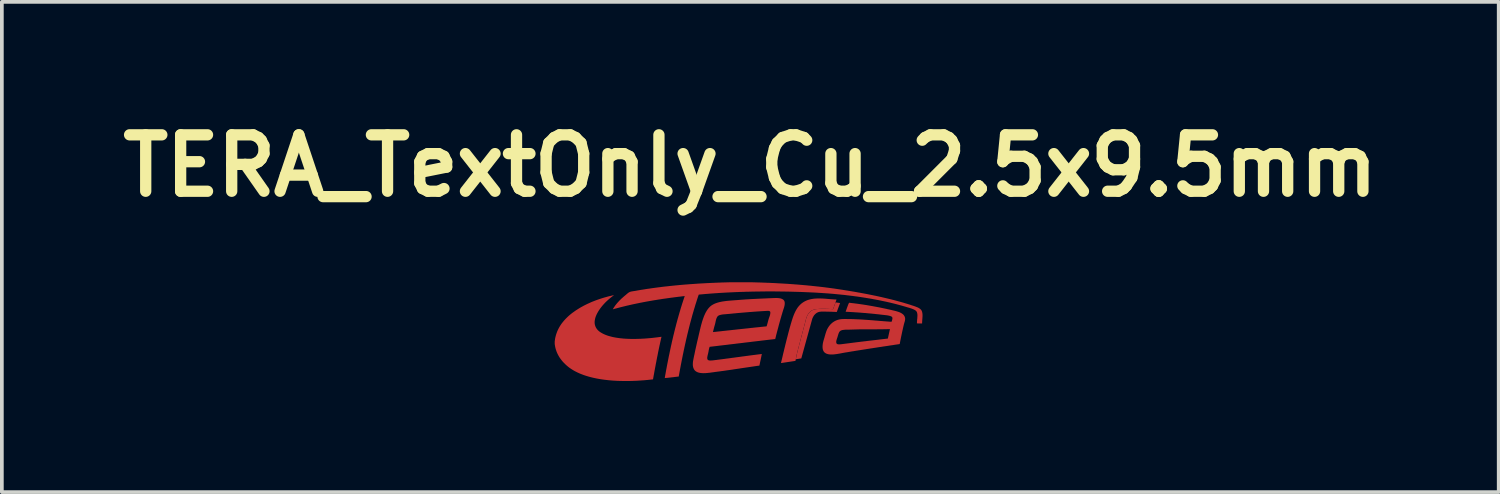
<source format=kicad_pcb>
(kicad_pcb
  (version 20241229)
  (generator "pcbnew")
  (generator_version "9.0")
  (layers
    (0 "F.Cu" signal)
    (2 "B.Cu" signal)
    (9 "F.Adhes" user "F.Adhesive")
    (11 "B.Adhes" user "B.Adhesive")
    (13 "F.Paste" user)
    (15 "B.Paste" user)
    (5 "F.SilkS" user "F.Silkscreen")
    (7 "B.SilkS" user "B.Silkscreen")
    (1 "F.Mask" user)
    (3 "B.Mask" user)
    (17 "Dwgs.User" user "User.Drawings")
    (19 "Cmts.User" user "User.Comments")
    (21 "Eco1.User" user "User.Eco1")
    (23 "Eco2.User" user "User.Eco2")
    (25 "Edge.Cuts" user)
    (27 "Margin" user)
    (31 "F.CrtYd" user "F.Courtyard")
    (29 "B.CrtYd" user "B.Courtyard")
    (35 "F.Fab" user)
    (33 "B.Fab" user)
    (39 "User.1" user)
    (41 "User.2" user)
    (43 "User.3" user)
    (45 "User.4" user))
  (footprint "TERA_TextOnly_Cu_2.5x9.5mm"
    (layer "F.Cu")
    (at 17.214 5.886)
    (property "Reference" "TERA_TextOnly_Cu_2.5x9.5mm" (at 0 -4.46 0) (layer "F.SilkS") (effects (font (size 1.524 1.524) (thickness 0.305))))
    (attr smd)
    (fp_poly (pts (xy 1.253 0.648) (xy 1.278 0.544) (xy 1.49 -0.259) (xy 1.493 -0.27) (xy 1.5 -0.299) (xy 1.511 -0.338) (xy 1.515 -0.35) (xy 1.52 -0.366) (xy 1.528 -0.386) (xy 1.538 -0.408) (xy 1.55 -0.432) (xy 1.566 -0.457) (xy 1.584 -0.482) (xy 1.606 -0.506) (xy 1.631 -0.529) (xy 1.66 -0.549) (xy 1.694 -0.566) (xy 1.732 -0.579) (xy 1.774 -0.586) (xy 1.817 -0.59) (xy 1.861 -0.593) (xy 1.906 -0.595) (xy 1.951 -0.596) (xy 1.995 -0.596) (xy 2.038 -0.595) (xy 2.078 -0.594) (xy 2.116 -0.593) (xy 2.15 -0.591) (xy 2.179 -0.59) (xy 2.203 -0.588) (xy 2.221 -0.587) (xy 2.232 -0.586) (xy 2.236 -0.586) (xy 2.303 -0.769) (xy 2.426 -0.752) (xy 2.336 -0.51) (xy 2.331 -0.51) (xy 2.318 -0.511) (xy 2.296 -0.512) (xy 2.269 -0.513) (xy 2.235 -0.514) (xy 2.196 -0.516) (xy 2.154 -0.517) (xy 2.108 -0.518) (xy 2.061 -0.519) (xy 2.012 -0.52) (xy 1.964 -0.52) (xy 1.916 -0.52) (xy 1.872 -0.515) (xy 1.833 -0.504) (xy 1.799 -0.488) (xy 1.77 -0.467) (xy 1.745 -0.444) (xy 1.724 -0.42) (xy 1.708 -0.395) (xy 1.695 -0.372) (xy 1.685 -0.352) (xy 1.678 -0.336) (xy 1.675 -0.325) (xy 1.673 -0.322) (xy 1.378 0.744) (xy 1.23 0.767) (xy 1.253 0.648) (xy 1.253 0.648)) (stroke (width 0) (type solid)) (fill yes) (layer "F.Cu"))
    (fp_poly (pts (xy 1.22 0.811) (xy 0.829 0.87) (xy 0.829 0.868) (xy 0.831 0.862) (xy 0.833 0.852) (xy 0.836 0.839) (xy 0.84 0.822) (xy 0.845 0.802) (xy 0.851 0.778) (xy 0.857 0.752) (xy 0.864 0.724) (xy 0.871 0.693) (xy 0.879 0.659) (xy 0.887 0.624) (xy 0.896 0.587) (xy 0.906 0.548) (xy 0.915 0.508) (xy 0.925 0.467) (xy 0.936 0.424) (xy 0.946 0.381) (xy 0.957 0.337) (xy 0.968 0.293) (xy 0.979 0.249) (xy 0.99 0.205) (xy 1.002 0.161) (xy 1.013 0.117) (xy 1.024 0.074) (xy 1.035 0.032) (xy 1.046 -0.009) (xy 1.057 -0.049) (xy 1.067 -0.088) (xy 1.078 -0.125) (xy 1.088 -0.16) (xy 1.097 -0.193) (xy 1.108 -0.228) (xy 1.118 -0.263) (xy 1.129 -0.297) (xy 1.14 -0.331) (xy 1.151 -0.365) (xy 1.163 -0.397) (xy 1.175 -0.429) (xy 1.188 -0.46) (xy 1.202 -0.491) (xy 1.216 -0.521) (xy 1.231 -0.55) (xy 1.247 -0.577) (xy 1.264 -0.605) (xy 1.282 -0.631) (xy 1.301 -0.656) (xy 1.321 -0.679) (xy 1.342 -0.701) (xy 1.364 -0.722) (xy 1.387 -0.742) (xy 1.412 -0.76) (xy 1.437 -0.777) (xy 1.464 -0.793) (xy 1.492 -0.807) (xy 1.521 -0.82) (xy 1.551 -0.832) (xy 1.583 -0.842) (xy 1.615 -0.851) (xy 1.65 -0.858) (xy 1.685 -0.864) (xy 1.722 -0.869) (xy 1.76 -0.872) (xy 1.795 -0.874) (xy 1.83 -0.875) (xy 1.864 -0.875) (xy 1.898 -0.875) (xy 1.932 -0.873) (xy 1.966 -0.872) (xy 1.999 -0.87) (xy 2.032 -0.868) (xy 2.065 -0.865) (xy 2.098 -0.862) (xy 2.131 -0.859) (xy 2.164 -0.857) (xy 2.197 -0.854) (xy 2.23 -0.852) (xy 2.263 -0.849) (xy 2.296 -0.848) (xy 2.329 -0.846) (xy 2.321 -0.82) (xy 2.311 -0.795) (xy 2.303 -0.769) (xy 2.236 -0.586) (xy 2.232 -0.586) (xy 2.221 -0.587) (xy 2.203 -0.588) (xy 2.179 -0.59) (xy 2.15 -0.591) (xy 2.116 -0.593) (xy 2.078 -0.594) (xy 2.038 -0.595) (xy 1.995 -0.596) (xy 1.951 -0.596) (xy 1.906 -0.595) (xy 1.861 -0.593) (xy 1.817 -0.59) (xy 1.774 -0.586) (xy 1.732 -0.579) (xy 1.694 -0.566) (xy 1.66 -0.549) (xy 1.631 -0.529) (xy 1.606 -0.506) (xy 1.584 -0.482) (xy 1.566 -0.457) (xy 1.55 -0.432) (xy 1.538 -0.408) (xy 1.528 -0.386) (xy 1.52 -0.366) (xy 1.515 -0.35) (xy 1.511 -0.338) (xy 1.5 -0.299) (xy 1.493 -0.27) (xy 1.49 -0.259) (xy 1.278 0.544) (xy 1.253 0.648) (xy 1.23 0.767) (xy 1.223 0.795) (xy 1.22 0.811)) (stroke (width 0) (type solid)) (fill yes) (layer "F.Cu"))
    (fp_poly (pts (xy -2.398 0.159) (xy -2.405 0.192) (xy -2.413 0.225) (xy -2.42 0.258) (xy -2.428 0.292) (xy -2.435 0.325) (xy -2.442 0.358) (xy -2.45 0.392) (xy -2.457 0.425) (xy -2.464 0.459) (xy -2.471 0.492) (xy -2.478 0.526) (xy -2.485 0.559) (xy -2.492 0.593) (xy -2.498 0.627) (xy -2.505 0.661) (xy -2.512 0.695) (xy -2.519 0.729) (xy -2.525 0.762) (xy -2.532 0.796) (xy -2.538 0.831) (xy -2.545 0.865) (xy -2.552 0.899) (xy -2.558 0.933) (xy -2.564 0.967) (xy -2.571 1.001) (xy -2.577 1.035) (xy -2.584 1.07) (xy -2.59 1.104) (xy -2.596 1.138) (xy -2.602 1.173) (xy -2.609 1.207) (xy -2.615 1.241) (xy -2.621 1.276) (xy -2.627 1.31) (xy -2.664 1.314) (xy -2.701 1.318) (xy -2.738 1.322) (xy -2.775 1.326) (xy -2.812 1.329) (xy -2.85 1.333) (xy -2.887 1.336) (xy -2.924 1.338) (xy -2.962 1.341) (xy -2.999 1.343) (xy -3.037 1.346) (xy -3.074 1.348) (xy -3.111 1.349) (xy -3.149 1.351) (xy -3.186 1.352) (xy -3.224 1.353) (xy -3.261 1.354) (xy -3.298 1.354) (xy -3.336 1.355) (xy -3.373 1.355) (xy -3.41 1.355) (xy -3.447 1.354) (xy -3.484 1.353) (xy -3.521 1.353) (xy -3.557 1.351) (xy -3.594 1.35) (xy -3.63 1.348) (xy -3.666 1.346) (xy -3.703 1.344) (xy -3.739 1.341) (xy -3.774 1.338) (xy -3.81 1.335) (xy -3.845 1.331) (xy -3.88 1.327) (xy -3.915 1.323) (xy -3.95 1.319) (xy -3.985 1.314) (xy -4.019 1.309) (xy -4.053 1.304) (xy -4.087 1.298) (xy -4.12 1.292) (xy -4.153 1.286) (xy -4.186 1.279) (xy -4.219 1.272) (xy -4.251 1.265) (xy -4.283 1.257) (xy -4.315 1.249) (xy -4.346 1.241) (xy -4.377 1.232) (xy -4.407 1.223) (xy -4.438 1.214) (xy -4.467 1.204) (xy -4.497 1.194) (xy -4.526 1.183) (xy -4.555 1.172) (xy -4.583 1.161) (xy -4.61 1.15) (xy -4.638 1.137) (xy -4.665 1.125) (xy -4.691 1.112) (xy -4.717 1.099) (xy -4.743 1.086) (xy -4.767 1.072) (xy -4.792 1.057) (xy -4.816 1.042) (xy -4.839 1.027) (xy -4.862 1.012) (xy -4.885 0.996) (xy -4.907 0.979) (xy -4.928 0.962) (xy -4.949 0.945) (xy -4.972 0.924) (xy -4.995 0.903) (xy -5.017 0.881) (xy -5.039 0.859) (xy -5.061 0.836) (xy -5.081 0.812) (xy -5.101 0.787) (xy -5.12 0.762) (xy -5.139 0.736) (xy -5.157 0.709) (xy -5.173 0.682) (xy -5.189 0.653) (xy -5.204 0.624) (xy -5.218 0.594) (xy -5.231 0.562) (xy -5.242 0.53) (xy -5.253 0.498) (xy -5.262 0.464) (xy -5.27 0.429) (xy -5.276 0.393) (xy -5.282 0.357) (xy -5.282 0.289) (xy -5.277 0.251) (xy -5.272 0.214) (xy -5.265 0.178) (xy -5.256 0.143) (xy -5.247 0.109) (xy -5.236 0.075) (xy -5.224 0.042) (xy -5.212 0.01) (xy -5.198 -0.021) (xy -5.183 -0.052) (xy -5.167 -0.082) (xy -5.151 -0.111) (xy -5.133 -0.14) (xy -5.115 -0.168) (xy -5.096 -0.195) (xy -5.076 -0.221) (xy -5.055 -0.247) (xy -5.034 -0.273) (xy -5.012 -0.297) (xy -4.99 -0.321) (xy -4.967 -0.344) (xy -4.944 -0.367) (xy -4.921 -0.389) (xy -4.897 -0.411) (xy -4.872 -0.432) (xy -4.848 -0.452) (xy -4.823 -0.472) (xy -4.798 -0.491) (xy -4.772 -0.509) (xy -4.747 -0.527) (xy -4.722 -0.545) (xy -4.696 -0.562) (xy -4.669 -0.579) (xy -4.641 -0.597) (xy -4.613 -0.614) (xy -4.585 -0.631) (xy -4.556 -0.647) (xy -4.527 -0.663) (xy -4.498 -0.679) (xy -4.468 -0.694) (xy -4.438 -0.709) (xy -4.408 -0.724) (xy -4.377 -0.738) (xy -4.346 -0.752) (xy -4.315 -0.766) (xy -4.284 -0.78) (xy -4.252 -0.793) (xy -4.22 -0.805) (xy -4.188 -0.818) (xy -4.155 -0.83) (xy -4.122 -0.842) (xy -4.089 -0.853) (xy -4.056 -0.864) (xy -4.023 -0.875) (xy -3.989 -0.886) (xy -3.955 -0.896) (xy -3.921 -0.906) (xy -3.887 -0.915) (xy -3.853 -0.925) (xy -3.818 -0.934) (xy -3.783 -0.942) (xy -3.748 -0.95) (xy -3.713 -0.958) (xy -3.678 -0.966) (xy -3.705 -0.946) (xy -3.731 -0.926) (xy -3.757 -0.906) (xy -3.783 -0.885) (xy -3.808 -0.864) (xy -3.834 -0.842) (xy -3.858 -0.82) (xy -3.883 -0.797) (xy -3.907 -0.774) (xy -3.93 -0.75) (xy -3.953 -0.726) (xy -3.975 -0.701) (xy -3.997 -0.676) (xy -4.018 -0.65) (xy -4.039 -0.623) (xy -4.059 -0.596) (xy -4.078 -0.568) (xy -4.097 -0.539) (xy -4.114 -0.51) (xy -4.129 -0.484) (xy -4.144 -0.455) (xy -4.158 -0.425) (xy -4.171 -0.394) (xy -4.182 -0.362) (xy -4.191 -0.329) (xy -4.198 -0.295) (xy -4.203 -0.261) (xy -4.204 -0.226) (xy -4.202 -0.192) (xy -4.195 -0.158) (xy -4.185 -0.125) (xy -4.172 -0.096) (xy -4.156 -0.068) (xy -4.137 -0.042) (xy -4.116 -0.018) (xy -4.092 0.004) (xy -4.067 0.024) (xy -4.04 0.042) (xy -4.011 0.059) (xy -3.982 0.075) (xy -3.957 0.087) (xy -3.931 0.099) (xy -3.904 0.11) (xy -3.877 0.12) (xy -3.849 0.13) (xy -3.82 0.139) (xy -3.79 0.147) (xy -3.76 0.155) (xy -3.729 0.163) (xy -3.698 0.17) (xy -3.666 0.176) (xy -3.634 0.182) (xy -3.601 0.187) (xy -3.567 0.192) (xy -3.534 0.197) (xy -3.499 0.201) (xy -3.465 0.204) (xy -3.43 0.208) (xy -3.395 0.21) (xy -3.359 0.213) (xy -3.323 0.214) (xy -3.287 0.216) (xy -3.251 0.217) (xy -3.215 0.218) (xy -3.178 0.218) (xy -3.141 0.218) (xy -3.105 0.218) (xy -3.068 0.217) (xy -3.031 0.216) (xy -2.994 0.215) (xy -2.958 0.214) (xy -2.921 0.212) (xy -2.884 0.21) (xy -2.848 0.208) (xy -2.811 0.205) (xy -2.775 0.202) (xy -2.739 0.199) (xy -2.704 0.196) (xy -2.668 0.193) (xy -2.633 0.189) (xy -2.598 0.185) (xy -2.564 0.181) (xy -2.53 0.177) (xy -2.496 0.173) (xy -2.463 0.168) (xy -2.43 0.164) (xy -2.398 0.159)) (stroke (width 0) (type solid)) (fill yes) (layer "F.Cu"))
    (fp_poly (pts (xy 4.182 -0.339) (xy 3.716 0.208) (xy 3.723 0.176) (xy 3.73 0.144) (xy 3.737 0.113) (xy 3.744 0.081) (xy 3.751 0.049) (xy 3.758 0.017) (xy 3.765 -0.015) (xy 3.771 -0.048) (xy 3.738 -0.047) (xy 3.704 -0.046) (xy 3.671 -0.045) (xy 3.637 -0.044) (xy 3.602 -0.044) (xy 3.568 -0.043) (xy 3.533 -0.043) (xy 3.498 -0.043) (xy 3.462 -0.043) (xy 3.427 -0.042) (xy 3.391 -0.042) (xy 3.356 -0.042) (xy 3.32 -0.042) (xy 3.284 -0.042) (xy 3.248 -0.042) (xy 3.212 -0.042) (xy 3.176 -0.042) (xy 3.14 -0.042) (xy 3.104 -0.042) (xy 3.068 -0.042) (xy 3.032 -0.042) (xy 2.996 -0.041) (xy 2.96 -0.041) (xy 2.925 -0.04) (xy 2.889 -0.039) (xy 2.854 -0.038) (xy 2.819 -0.037) (xy 2.784 -0.036) (xy 2.749 -0.035) (xy 2.714 -0.034) (xy 2.679 -0.033) (xy 2.644 -0.033) (xy 2.609 -0.033) (xy 2.575 -0.032) (xy 2.543 -0.029) (xy 2.512 -0.026) (xy 2.484 -0.021) (xy 2.458 -0.013) (xy 2.436 -0.002) (xy 2.417 0.014) (xy 2.401 0.036) (xy 2.388 0.064) (xy 2.377 0.095) (xy 2.367 0.127) (xy 2.358 0.159) (xy 2.349 0.187) (xy 2.338 0.219) (xy 2.328 0.253) (xy 2.321 0.287) (xy 2.322 0.318) (xy 2.332 0.344) (xy 2.349 0.357) (xy 2.374 0.363) (xy 2.404 0.365) (xy 2.436 0.363) (xy 2.467 0.36) (xy 2.494 0.356) (xy 2.529 0.352) (xy 2.565 0.347) (xy 2.6 0.343) (xy 2.635 0.338) (xy 2.67 0.334) (xy 2.705 0.329) (xy 2.74 0.325) (xy 2.775 0.32) (xy 2.811 0.316) (xy 2.846 0.311) (xy 2.881 0.307) (xy 2.916 0.303) (xy 2.951 0.299) (xy 2.985 0.294) (xy 3.02 0.29) (xy 3.055 0.286) (xy 3.09 0.282) (xy 3.125 0.278) (xy 3.16 0.273) (xy 3.195 0.269) (xy 3.229 0.265) (xy 3.264 0.261) (xy 3.299 0.257) (xy 3.334 0.253) (xy 3.369 0.249) (xy 3.403 0.245) (xy 3.438 0.241) (xy 3.473 0.237) (xy 3.508 0.232) (xy 3.542 0.228) (xy 3.577 0.224) (xy 3.612 0.22) (xy 3.647 0.216) (xy 3.681 0.212) (xy 3.716 0.208) (xy 3.716 0.208) (xy 4.182 -0.339) (xy 4.182 -0.309) (xy 4.178 -0.28) (xy 4.171 -0.251) (xy 4.162 -0.221) (xy 4.154 -0.193) (xy 4.146 -0.164) (xy 4.139 -0.132) (xy 4.131 -0.101) (xy 4.124 -0.068) (xy 4.117 -0.036) (xy 4.109 -0.003) (xy 4.102 0.03) (xy 4.095 0.063) (xy 4.088 0.096) (xy 4.081 0.129) (xy 4.074 0.162) (xy 4.067 0.195) (xy 4.061 0.227) (xy 4.054 0.26) (xy 4.048 0.292) (xy 4.042 0.325) (xy 4.036 0.356) (xy 4.001 0.362) (xy 3.966 0.367) (xy 3.931 0.372) (xy 3.896 0.377) (xy 3.862 0.383) (xy 3.827 0.388) (xy 3.792 0.393) (xy 3.757 0.398) (xy 3.723 0.404) (xy 3.688 0.409) (xy 3.654 0.414) (xy 3.619 0.419) (xy 3.584 0.424) (xy 3.55 0.43) (xy 3.515 0.435) (xy 3.481 0.44) (xy 3.446 0.445) (xy 3.412 0.451) (xy 3.377 0.456) (xy 3.343 0.461) (xy 3.308 0.467) (xy 3.274 0.472) (xy 3.239 0.477) (xy 3.204 0.483) (xy 3.17 0.488) (xy 3.135 0.493) (xy 3.101 0.499) (xy 3.066 0.504) (xy 3.031 0.51) (xy 2.997 0.515) (xy 2.962 0.521) (xy 2.927 0.526) (xy 2.893 0.532) (xy 2.858 0.537) (xy 2.823 0.543) (xy 2.788 0.549) (xy 2.753 0.554) (xy 2.718 0.56) (xy 2.683 0.566) (xy 2.648 0.572) (xy 2.613 0.578) (xy 2.578 0.583) (xy 2.542 0.589) (xy 2.516 0.594) (xy 2.488 0.599) (xy 2.459 0.605) (xy 2.43 0.61) (xy 2.399 0.616) (xy 2.368 0.621) (xy 2.337 0.626) (xy 2.305 0.63) (xy 2.274 0.634) (xy 2.243 0.637) (xy 2.212 0.638) (xy 2.182 0.638) (xy 2.153 0.637) (xy 2.125 0.634) (xy 2.099 0.629) (xy 2.074 0.622) (xy 2.051 0.613) (xy 2.029 0.601) (xy 2.01 0.587) (xy 1.993 0.57) (xy 1.979 0.55) (xy 1.968 0.526) (xy 1.959 0.5) (xy 1.954 0.47) (xy 1.952 0.436) (xy 1.953 0.403) (xy 1.956 0.37) (xy 1.961 0.336) (xy 1.968 0.304) (xy 1.976 0.272) (xy 1.985 0.241) (xy 1.994 0.211) (xy 2.003 0.182) (xy 2.012 0.148) (xy 2.022 0.115) (xy 2.031 0.082) (xy 2.041 0.051) (xy 2.051 0.02) (xy 2.062 -0.009) (xy 2.075 -0.039) (xy 2.09 -0.067) (xy 2.106 -0.094) (xy 2.123 -0.12) (xy 2.142 -0.145) (xy 2.162 -0.169) (xy 2.184 -0.191) (xy 2.207 -0.212) (xy 2.231 -0.231) (xy 2.257 -0.248) (xy 2.284 -0.264) (xy 2.312 -0.278) (xy 2.342 -0.29) (xy 2.373 -0.3) (xy 2.405 -0.308) (xy 2.439 -0.314) (xy 2.474 -0.318) (xy 2.51 -0.319) (xy 2.547 -0.32) (xy 2.584 -0.32) (xy 2.621 -0.319) (xy 2.657 -0.319) (xy 2.694 -0.318) (xy 2.73 -0.318) (xy 2.766 -0.317) (xy 2.801 -0.316) (xy 2.837 -0.314) (xy 2.872 -0.313) (xy 2.907 -0.311) (xy 2.942 -0.31) (xy 2.977 -0.308) (xy 3.012 -0.306) (xy 3.046 -0.304) (xy 3.081 -0.301) (xy 3.115 -0.299) (xy 3.149 -0.297) (xy 3.183 -0.294) (xy 3.217 -0.292) (xy 3.251 -0.289) (xy 3.284 -0.287) (xy 3.318 -0.284) (xy 3.351 -0.281) (xy 3.385 -0.278) (xy 3.418 -0.276) (xy 3.452 -0.273) (xy 3.485 -0.27) (xy 3.518 -0.267) (xy 3.551 -0.265) (xy 3.584 -0.262) (xy 3.618 -0.259) (xy 3.651 -0.257) (xy 3.684 -0.254) (xy 3.717 -0.252) (xy 3.75 -0.249) (xy 3.783 -0.247) (xy 3.816 -0.245) (xy 3.825 -0.272) (xy 3.834 -0.302) (xy 3.84 -0.334) (xy 3.836 -0.364) (xy 3.825 -0.379) (xy 3.805 -0.391) (xy 3.779 -0.401) (xy 3.747 -0.41) (xy 3.712 -0.417) (xy 3.676 -0.422) (xy 3.639 -0.426) (xy 3.606 -0.43) (xy 3.575 -0.433) (xy 3.551 -0.436) (xy 3.517 -0.44) (xy 3.483 -0.444) (xy 3.449 -0.448) (xy 3.415 -0.451) (xy 3.38 -0.455) (xy 3.345 -0.459) (xy 3.311 -0.462) (xy 3.276 -0.466) (xy 3.241 -0.469) (xy 3.205 -0.472) (xy 3.17 -0.475) (xy 3.135 -0.479) (xy 3.099 -0.482) (xy 3.064 -0.484) (xy 3.029 -0.487) (xy 2.993 -0.49) (xy 2.958 -0.493) (xy 2.923 -0.495) (xy 2.887 -0.498) (xy 2.852 -0.5) (xy 2.817 -0.502) (xy 2.782 -0.505) (xy 2.747 -0.507) (xy 2.712 -0.509) (xy 2.678 -0.511) (xy 2.643 -0.513) (xy 2.609 -0.515) (xy 2.575 -0.516) (xy 2.586 -0.547) (xy 2.598 -0.579) (xy 2.609 -0.612) (xy 2.621 -0.645) (xy 2.633 -0.677) (xy 2.644 -0.707) (xy 2.656 -0.735) (xy 2.669 -0.759) (xy 2.704 -0.755) (xy 2.739 -0.751) (xy 2.774 -0.747) (xy 2.809 -0.743) (xy 2.844 -0.738) (xy 2.879 -0.734) (xy 2.915 -0.729) (xy 2.95 -0.724) (xy 2.985 -0.719) (xy 3.02 -0.714) (xy 3.055 -0.709) (xy 3.09 -0.703) (xy 3.125 -0.698) (xy 3.16 -0.692) (xy 3.195 -0.686) (xy 3.229 -0.68) (xy 3.264 -0.674) (xy 3.299 -0.668) (xy 3.333 -0.662) (xy 3.368 -0.655) (xy 3.402 -0.649) (xy 3.436 -0.642) (xy 3.471 -0.636) (xy 3.505 -0.629) (xy 3.539 -0.622) (xy 3.573 -0.615) (xy 3.606 -0.608) (xy 3.64 -0.601) (xy 3.674 -0.594) (xy 3.707 -0.586) (xy 3.74 -0.579) (xy 3.773 -0.572) (xy 3.806 -0.564) (xy 3.839 -0.556) (xy 3.871 -0.549) (xy 3.901 -0.542) (xy 3.932 -0.534) (xy 3.963 -0.525) (xy 3.995 -0.515) (xy 4.026 -0.504) (xy 4.055 -0.491) (xy 4.083 -0.476) (xy 4.108 -0.459) (xy 4.131 -0.441) (xy 4.15 -0.419) (xy 4.165 -0.395) (xy 4.176 -0.368) (xy 4.182 -0.339)) (stroke (width 0) (type solid)) (fill yes) (layer "F.Cu"))
    (fp_poly (pts (xy 0.923 -0.798) (xy 0.496 -0.319) (xy 0.503 -0.34) (xy 0.513 -0.368) (xy 0.525 -0.401) (xy 0.535 -0.436) (xy 0.541 -0.47) (xy 0.542 -0.5) (xy 0.535 -0.523) (xy 0.513 -0.537) (xy 0.481 -0.541) (xy 0.441 -0.539) (xy 0.408 -0.537) (xy 0.374 -0.535) (xy 0.34 -0.533) (xy 0.306 -0.531) (xy 0.271 -0.529) (xy 0.237 -0.526) (xy 0.202 -0.524) (xy 0.168 -0.522) (xy 0.133 -0.519) (xy 0.098 -0.517) (xy 0.063 -0.514) (xy 0.027 -0.511) (xy -0.008 -0.509) (xy -0.043 -0.506) (xy -0.079 -0.503) (xy -0.114 -0.5) (xy -0.149 -0.497) (xy -0.185 -0.494) (xy -0.22 -0.491) (xy -0.255 -0.488) (xy -0.29 -0.485) (xy -0.325 -0.482) (xy -0.361 -0.479) (xy -0.395 -0.475) (xy -0.43 -0.472) (xy -0.465 -0.469) (xy -0.499 -0.465) (xy -0.534 -0.462) (xy -0.568 -0.458) (xy -0.598 -0.456) (xy -0.631 -0.453) (xy -0.666 -0.45) (xy -0.702 -0.447) (xy -0.737 -0.444) (xy -0.771 -0.439) (xy -0.803 -0.432) (xy -0.832 -0.424) (xy -0.856 -0.413) (xy -0.875 -0.4) (xy -0.893 -0.378) (xy -0.907 -0.351) (xy -0.919 -0.32) (xy -0.928 -0.287) (xy -0.936 -0.254) (xy -0.942 -0.222) (xy -0.949 -0.193) (xy -0.958 -0.16) (xy -0.967 -0.128) (xy -0.976 -0.097) (xy -0.984 -0.065) (xy -0.992 -0.034) (xy -1 -0.001) (xy -1.008 0.033) (xy -0.973 0.029) (xy -0.939 0.026) (xy -0.904 0.022) (xy -0.87 0.018) (xy -0.835 0.015) (xy -0.801 0.011) (xy -0.766 0.007) (xy -0.732 0.003) (xy -0.698 -0.000445) (xy -0.663 -0.004) (xy -0.629 -0.008) (xy -0.594 -0.012) (xy -0.56 -0.015) (xy -0.525 -0.019) (xy -0.491 -0.023) (xy -0.456 -0.027) (xy -0.422 -0.03) (xy -0.388 -0.034) (xy -0.353 -0.038) (xy -0.319 -0.042) (xy -0.284 -0.045) (xy -0.25 -0.049) (xy -0.215 -0.053) (xy -0.181 -0.056) (xy -0.146 -0.06) (xy -0.112 -0.064) (xy -0.077 -0.067) (xy -0.043 -0.071) (xy -0.008 -0.075) (xy 0.026 -0.079) (xy 0.061 -0.082) (xy 0.095 -0.086) (xy 0.13 -0.09) (xy 0.164 -0.093) (xy 0.199 -0.097) (xy 0.233 -0.1) (xy 0.268 -0.104) (xy 0.303 -0.108) (xy 0.337 -0.111) (xy 0.372 -0.115) (xy 0.406 -0.118) (xy 0.441 -0.122) (xy 0.451 -0.155) (xy 0.46 -0.187) (xy 0.469 -0.218) (xy 0.477 -0.25) (xy 0.486 -0.283) (xy 0.496 -0.319) (xy 0.923 -0.798) (xy 0.93 -0.767) (xy 0.931 -0.734) (xy 0.928 -0.701) (xy 0.921 -0.666) (xy 0.912 -0.632) (xy 0.901 -0.598) (xy 0.89 -0.566) (xy 0.881 -0.536) (xy 0.871 -0.505) (xy 0.862 -0.473) (xy 0.852 -0.44) (xy 0.842 -0.408) (xy 0.833 -0.374) (xy 0.823 -0.341) (xy 0.813 -0.307) (xy 0.804 -0.273) (xy 0.794 -0.239) (xy 0.785 -0.204) (xy 0.775 -0.17) (xy 0.766 -0.136) (xy 0.757 -0.101) (xy 0.748 -0.067) (xy 0.739 -0.034) (xy 0.73 -0.000036) (xy 0.721 0.033) (xy 0.713 0.066) (xy 0.704 0.098) (xy 0.696 0.13) (xy 0.689 0.161) (xy 0.681 0.191) (xy 0.674 0.221) (xy 0.639 0.225) (xy 0.604 0.229) (xy 0.569 0.233) (xy 0.534 0.237) (xy 0.5 0.241) (xy 0.465 0.245) (xy 0.43 0.249) (xy 0.395 0.253) (xy 0.361 0.257) (xy 0.326 0.261) (xy 0.291 0.265) (xy 0.256 0.27) (xy 0.222 0.274) (xy 0.187 0.278) (xy 0.152 0.282) (xy 0.117 0.286) (xy 0.083 0.29) (xy 0.048 0.294) (xy 0.013 0.299) (xy -0.021 0.303) (xy -0.056 0.307) (xy -0.091 0.311) (xy -0.126 0.315) (xy -0.16 0.319) (xy -0.195 0.324) (xy -0.23 0.328) (xy -0.264 0.332) (xy -0.299 0.336) (xy -0.334 0.34) (xy -0.368 0.344) (xy -0.403 0.349) (xy -0.438 0.353) (xy -0.472 0.357) (xy -0.507 0.361) (xy -0.542 0.365) (xy -0.577 0.369) (xy -0.611 0.374) (xy -0.646 0.378) (xy -0.681 0.382) (xy -0.715 0.386) (xy -0.75 0.39) (xy -0.785 0.394) (xy -0.82 0.398) (xy -0.854 0.402) (xy -0.889 0.407) (xy -0.924 0.411) (xy -0.959 0.415) (xy -0.994 0.419) (xy -1.028 0.423) (xy -1.063 0.427) (xy -1.098 0.431) (xy -1.108 0.462) (xy -1.116 0.495) (xy -1.123 0.528) (xy -1.129 0.564) (xy -1.137 0.602) (xy -1.143 0.628) (xy -1.151 0.658) (xy -1.158 0.691) (xy -1.163 0.723) (xy -1.162 0.752) (xy -1.153 0.777) (xy -1.136 0.791) (xy -1.109 0.799) (xy -1.077 0.801) (xy -1.042 0.8) (xy -1.008 0.797) (xy -0.978 0.793) (xy -0.944 0.789) (xy -0.909 0.785) (xy -0.875 0.78) (xy -0.84 0.776) (xy -0.805 0.771) (xy -0.77 0.767) (xy -0.735 0.762) (xy -0.7 0.758) (xy -0.665 0.753) (xy -0.63 0.748) (xy -0.594 0.744) (xy -0.559 0.739) (xy -0.523 0.734) (xy -0.488 0.729) (xy -0.453 0.725) (xy -0.417 0.72) (xy -0.382 0.715) (xy -0.346 0.71) (xy -0.311 0.706) (xy -0.276 0.701) (xy -0.24 0.696) (xy -0.205 0.691) (xy -0.17 0.687) (xy -0.135 0.682) (xy -0.1 0.677) (xy -0.065 0.673) (xy -0.03 0.668) (xy 0.005 0.663) (xy 0.039 0.659) (xy 0.074 0.654) (xy 0.108 0.65) (xy 0.143 0.646) (xy 0.177 0.641) (xy 0.211 0.637) (xy 0.245 0.633) (xy 0.278 0.629) (xy 0.312 0.625) (xy 0.305 0.657) (xy 0.299 0.688) (xy 0.293 0.719) (xy 0.286 0.751) (xy 0.28 0.782) (xy 0.273 0.813) (xy 0.266 0.844) (xy 0.26 0.876) (xy 0.253 0.907) (xy 0.247 0.938) (xy 0.214 0.943) (xy 0.181 0.947) (xy 0.147 0.952) (xy 0.114 0.957) (xy 0.08 0.962) (xy 0.047 0.967) (xy 0.013 0.972) (xy -0.021 0.977) (xy -0.055 0.982) (xy -0.089 0.987) (xy -0.123 0.992) (xy -0.157 0.997) (xy -0.192 1.002) (xy -0.226 1.007) (xy -0.261 1.012) (xy -0.295 1.018) (xy -0.33 1.023) (xy -0.365 1.028) (xy -0.399 1.033) (xy -0.434 1.038) (xy -0.469 1.044) (xy -0.503 1.049) (xy -0.538 1.054) (xy -0.573 1.059) (xy -0.608 1.064) (xy -0.643 1.069) (xy -0.677 1.074) (xy -0.712 1.079) (xy -0.747 1.084) (xy -0.782 1.088) (xy -0.816 1.093) (xy -0.851 1.098) (xy -0.886 1.102) (xy -0.92 1.107) (xy -0.949 1.11) (xy -0.979 1.115) (xy -1.01 1.119) (xy -1.041 1.123) (xy -1.073 1.128) (xy -1.104 1.132) (xy -1.136 1.135) (xy -1.168 1.138) (xy -1.199 1.141) (xy -1.23 1.142) (xy -1.261 1.143) (xy -1.29 1.142) (xy -1.319 1.14) (xy -1.347 1.137) (xy -1.374 1.132) (xy -1.4 1.126) (xy -1.424 1.117) (xy -1.446 1.107) (xy -1.467 1.095) (xy -1.486 1.08) (xy -1.503 1.063) (xy -1.517 1.043) (xy -1.529 1.02) (xy -1.539 0.995) (xy -1.546 0.967) (xy -1.551 0.935) (xy -1.552 0.902) (xy -1.551 0.869) (xy -1.548 0.837) (xy -1.543 0.804) (xy -1.537 0.773) (xy -1.531 0.742) (xy -1.525 0.712) (xy -1.518 0.677) (xy -1.51 0.643) (xy -1.503 0.609) (xy -1.496 0.575) (xy -1.489 0.541) (xy -1.482 0.507) (xy -1.474 0.474) (xy -1.467 0.44) (xy -1.459 0.407) (xy -1.452 0.374) (xy -1.444 0.34) (xy -1.437 0.306) (xy -1.429 0.273) (xy -1.421 0.239) (xy -1.413 0.205) (xy -1.405 0.171) (xy -1.397 0.136) (xy -1.389 0.101) (xy -1.381 0.067) (xy -1.373 0.033) (xy -1.365 -0.001) (xy -1.357 -0.036) (xy -1.348 -0.071) (xy -1.34 -0.105) (xy -1.331 -0.14) (xy -1.322 -0.175) (xy -1.312 -0.209) (xy -1.303 -0.243) (xy -1.292 -0.276) (xy -1.281 -0.31) (xy -1.27 -0.342) (xy -1.258 -0.374) (xy -1.246 -0.406) (xy -1.232 -0.436) (xy -1.219 -0.466) (xy -1.204 -0.495) (xy -1.188 -0.523) (xy -1.172 -0.55) (xy -1.155 -0.575) (xy -1.137 -0.6) (xy -1.117 -0.623) (xy -1.097 -0.644) (xy -1.076 -0.664) (xy -1.053 -0.682) (xy -1.029 -0.698) (xy -1.003 -0.713) (xy -0.977 -0.727) (xy -0.949 -0.739) (xy -0.92 -0.75) (xy -0.89 -0.76) (xy -0.859 -0.769) (xy -0.828 -0.777) (xy -0.795 -0.784) (xy -0.762 -0.791) (xy -0.728 -0.796) (xy -0.694 -0.801) (xy -0.659 -0.806) (xy -0.624 -0.81) (xy -0.588 -0.813) (xy -0.552 -0.816) (xy -0.515 -0.819) (xy -0.479 -0.822) (xy -0.442 -0.825) (xy -0.405 -0.828) (xy -0.368 -0.83) (xy -0.332 -0.833) (xy -0.297 -0.836) (xy -0.262 -0.839) (xy -0.227 -0.841) (xy -0.193 -0.844) (xy -0.158 -0.846) (xy -0.124 -0.849) (xy -0.089 -0.851) (xy -0.055 -0.853) (xy -0.02 -0.855) (xy 0.014 -0.857) (xy 0.048 -0.859) (xy 0.083 -0.861) (xy 0.117 -0.862) (xy 0.152 -0.864) (xy 0.186 -0.866) (xy 0.221 -0.868) (xy 0.256 -0.869) (xy 0.29 -0.871) (xy 0.325 -0.872) (xy 0.36 -0.874) (xy 0.395 -0.875) (xy 0.431 -0.877) (xy 0.466 -0.879) (xy 0.502 -0.88) (xy 0.537 -0.882) (xy 0.573 -0.883) (xy 0.609 -0.885) (xy 0.643 -0.886) (xy 0.677 -0.887) (xy 0.712 -0.887) (xy 0.747 -0.886) (xy 0.781 -0.882) (xy 0.814 -0.877) (xy 0.843 -0.868) (xy 0.87 -0.856) (xy 0.892 -0.841) (xy 0.91 -0.822) (xy 0.923 -0.798)) (stroke (width 0) (type solid)) (fill yes) (layer "F.Cu"))
    (fp_poly (pts (xy 4.628 -0.546) (xy 4.638 -0.521) (xy 4.645 -0.493) (xy 4.65 -0.462) (xy 4.652 -0.43) (xy 4.652 -0.397) (xy 4.65 -0.363) (xy 4.648 -0.328) (xy 4.645 -0.294) (xy 4.643 -0.261) (xy 4.641 -0.229) (xy 4.641 -0.2) (xy 4.606 -0.2) (xy 4.569 -0.199) (xy 4.534 -0.199) (xy 4.502 -0.203) (xy 4.502 -0.232) (xy 4.504 -0.263) (xy 4.506 -0.296) (xy 4.51 -0.329) (xy 4.512 -0.362) (xy 4.514 -0.395) (xy 4.515 -0.427) (xy 4.512 -0.456) (xy 4.507 -0.484) (xy 4.499 -0.508) (xy 4.486 -0.529) (xy 4.469 -0.546) (xy 4.447 -0.561) (xy 4.422 -0.575) (xy 4.392 -0.588) (xy 4.361 -0.6) (xy 4.328 -0.611) (xy 4.295 -0.622) (xy 4.262 -0.631) (xy 4.23 -0.64) (xy 4.201 -0.649) (xy 4.17 -0.658) (xy 4.139 -0.667) (xy 4.108 -0.676) (xy 4.077 -0.685) (xy 4.046 -0.693) (xy 4.014 -0.702) (xy 3.983 -0.71) (xy 3.951 -0.719) (xy 3.919 -0.727) (xy 3.887 -0.735) (xy 3.855 -0.743) (xy 3.822 -0.751) (xy 3.79 -0.759) (xy 3.757 -0.767) (xy 3.724 -0.774) (xy 3.692 -0.782) (xy 3.659 -0.789) (xy 3.625 -0.796) (xy 3.592 -0.803) (xy 3.559 -0.81) (xy 3.525 -0.817) (xy 3.492 -0.824) (xy 3.458 -0.831) (xy 3.424 -0.837) (xy 3.39 -0.844) (xy 3.356 -0.85) (xy 3.322 -0.856) (xy 3.288 -0.863) (xy 3.253 -0.869) (xy 3.219 -0.875) (xy 3.184 -0.88) (xy 3.149 -0.886) (xy 3.115 -0.892) (xy 3.08 -0.897) (xy 3.045 -0.903) (xy 3.01 -0.908) (xy 2.975 -0.914) (xy 2.939 -0.919) (xy 2.904 -0.924) (xy 2.869 -0.929) (xy 2.833 -0.933) (xy 2.798 -0.938) (xy 2.762 -0.943) (xy 2.726 -0.947) (xy 2.69 -0.952) (xy 2.655 -0.956) (xy 2.619 -0.96) (xy 2.583 -0.965) (xy 2.547 -0.969) (xy 2.511 -0.973) (xy 2.474 -0.976) (xy 2.438 -0.98) (xy 2.402 -0.984) (xy 2.365 -0.987) (xy 2.329 -0.991) (xy 2.293 -0.994) (xy 2.256 -0.998) (xy 2.219 -1.001) (xy 2.183 -1.004) (xy 2.146 -1.007) (xy 2.11 -1.01) (xy 2.073 -1.013) (xy 2.036 -1.015) (xy 1.999 -1.018) (xy 1.962 -1.02) (xy 1.926 -1.023) (xy 1.889 -1.025) (xy 1.852 -1.027) (xy 1.815 -1.03) (xy 1.778 -1.032) (xy 1.741 -1.034) (xy 1.705 -1.036) (xy 1.67 -1.037) (xy 1.634 -1.039) (xy 1.599 -1.041) (xy 1.563 -1.042) (xy 1.528 -1.044) (xy 1.492 -1.045) (xy 1.456 -1.047) (xy 1.421 -1.048) (xy 1.385 -1.05) (xy 1.349 -1.051) (xy 1.313 -1.052) (xy 1.277 -1.053) (xy 1.242 -1.054) (xy 1.206 -1.055) (xy 1.17 -1.056) (xy 1.134 -1.057) (xy 1.098 -1.058) (xy 1.062 -1.059) (xy 1.026 -1.06) (xy 0.99 -1.061) (xy 0.954 -1.061) (xy 0.917 -1.062) (xy 0.881 -1.062) (xy 0.845 -1.063) (xy 0.809 -1.063) (xy 0.773 -1.064) (xy 0.737 -1.064) (xy 0.701 -1.064) (xy 0.665 -1.065) (xy 0.629 -1.065) (xy 0.593 -1.065) (xy 0.557 -1.065) (xy 0.52 -1.065) (xy 0.484 -1.065) (xy 0.448 -1.065) (xy 0.412 -1.065) (xy 0.376 -1.064) (xy 0.34 -1.064) (xy 0.304 -1.064) (xy 0.268 -1.063) (xy 0.232 -1.063) (xy 0.197 -1.063) (xy 0.161 -1.062) (xy 0.125 -1.061) (xy 0.089 -1.061) (xy 0.053 -1.06) (xy 0.018 -1.059) (xy -0.018 -1.058) (xy -0.054 -1.057) (xy -0.089 -1.057) (xy -0.125 -1.056) (xy -0.161 -1.054) (xy -0.196 -1.053) (xy -0.231 -1.052) (xy -0.267 -1.051) (xy -0.302 -1.05) (xy -0.337 -1.048) (xy -0.373 -1.047) (xy -0.408 -1.046) (xy -0.443 -1.044) (xy -0.478 -1.042) (xy -0.513 -1.041) (xy -0.548 -1.039) (xy -0.582 -1.037) (xy -0.617 -1.036) (xy -0.652 -1.034) (xy -0.686 -1.032) (xy -0.721 -1.03) (xy -0.755 -1.028) (xy -0.79 -1.026) (xy -0.824 -1.024) (xy -0.858 -1.022) (xy -0.892 -1.019) (xy -0.926 -1.017) (xy -0.96 -1.015) (xy -0.994 -1.012) (xy -1.028 -1.01) (xy -1.062 -1.007) (xy -1.095 -1.005) (xy -1.128 -1.002) (xy -1.162 -0.999) (xy -1.195 -0.997) (xy -1.228 -0.994) (xy -1.261 -0.991) (xy -1.294 -0.988) (xy -1.327 -0.985) (xy -1.36 -0.982) (xy -1.392 -0.979) (xy -1.403 -0.947) (xy -1.414 -0.916) (xy -1.424 -0.884) (xy -1.435 -0.852) (xy -1.445 -0.82) (xy -1.455 -0.788) (xy -1.465 -0.756) (xy -1.476 -0.723) (xy -1.486 -0.691) (xy -1.495 -0.659) (xy -1.505 -0.626) (xy -1.515 -0.594) (xy -1.525 -0.561) (xy -1.534 -0.528) (xy -1.544 -0.495) (xy -1.553 -0.463) (xy -1.563 -0.43) (xy -1.572 -0.397) (xy -1.581 -0.363) (xy -1.59 -0.33) (xy -1.599 -0.297) (xy -1.608 -0.264) (xy -1.617 -0.23) (xy -1.626 -0.197) (xy -1.635 -0.163) (xy -1.643 -0.129) (xy -1.652 -0.096) (xy -1.66 -0.062) (xy -1.669 -0.028) (xy -1.677 0.006) (xy -1.685 0.04) (xy -1.694 0.074) (xy -1.702 0.108) (xy -1.71 0.143) (xy -1.718 0.177) (xy -1.726 0.211) (xy -1.734 0.246) (xy -1.742 0.28) (xy -1.749 0.315) (xy -1.757 0.349) (xy -1.765 0.384) (xy -1.772 0.419) (xy -1.78 0.454) (xy -1.787 0.489) (xy -1.795 0.523) (xy -1.802 0.558) (xy -1.809 0.593) (xy -1.817 0.629) (xy -1.824 0.664) (xy -1.831 0.699) (xy -1.838 0.734) (xy -1.845 0.769) (xy -1.852 0.805) (xy -1.859 0.84) (xy -1.866 0.876) (xy -1.873 0.911) (xy -1.88 0.947) (xy -1.886 0.982) (xy -1.893 1.018) (xy -1.9 1.054) (xy -1.906 1.089) (xy -1.913 1.125) (xy -1.919 1.161) (xy -1.926 1.197) (xy -1.932 1.233) (xy -1.966 1.237) (xy -2.001 1.241) (xy -2.035 1.245) (xy -2.07 1.25) (xy -2.106 1.254) (xy -2.141 1.258) (xy -2.175 1.262) (xy -2.21 1.266) (xy -2.244 1.269) (xy -2.278 1.272) (xy -2.31 1.275) (xy -2.304 1.239) (xy -2.298 1.203) (xy -2.291 1.167) (xy -2.285 1.131) (xy -2.278 1.095) (xy -2.272 1.059) (xy -2.265 1.023) (xy -2.258 0.988) (xy -2.252 0.952) (xy -2.245 0.916) (xy -2.238 0.881) (xy -2.231 0.845) (xy -2.224 0.81) (xy -2.217 0.775) (xy -2.21 0.739) (xy -2.203 0.704) (xy -2.196 0.669) (xy -2.188 0.634) (xy -2.181 0.599) (xy -2.174 0.564) (xy -2.166 0.529) (xy -2.159 0.494) (xy -2.151 0.459) (xy -2.144 0.424) (xy -2.136 0.389) (xy -2.128 0.355) (xy -2.121 0.32) (xy -2.113 0.286) (xy -2.105 0.251) (xy -2.097 0.217) (xy -2.089 0.182) (xy -2.081 0.148) (xy -2.073 0.114) (xy -2.064 0.08) (xy -2.056 0.046) (xy -2.048 0.012) (xy -2.039 -0.022) (xy -2.031 -0.056) (xy -2.022 -0.09) (xy -2.013 -0.123) (xy -2.005 -0.157) (xy -1.996 -0.191) (xy -1.987 -0.224) (xy -1.978 -0.257) (xy -1.969 -0.291) (xy -1.96 -0.324) (xy -1.95 -0.357) (xy -1.941 -0.39) (xy -1.932 -0.423) (xy -1.922 -0.456) (xy -1.913 -0.489) (xy -1.903 -0.522) (xy -1.893 -0.554) (xy -1.884 -0.587) (xy -1.874 -0.62) (xy -1.864 -0.652) (xy -1.854 -0.684) (xy -1.844 -0.717) (xy -1.834 -0.749) (xy -1.823 -0.781) (xy -1.813 -0.813) (xy -1.802 -0.845) (xy -1.792 -0.877) (xy -1.781 -0.908) (xy -1.77 -0.94) (xy -1.807 -0.936) (xy -1.843 -0.932) (xy -1.879 -0.927) (xy -1.915 -0.923) (xy -1.951 -0.919) (xy -1.987 -0.914) (xy -2.023 -0.91) (xy -2.059 -0.905) (xy -2.094 -0.9) (xy -2.13 -0.896) (xy -2.166 -0.891) (xy -2.201 -0.886) (xy -2.237 -0.881) (xy -2.272 -0.876) (xy -2.307 -0.871) (xy -2.343 -0.866) (xy -2.378 -0.861) (xy -2.413 -0.855) (xy -2.448 -0.85) (xy -2.483 -0.845) (xy -2.518 -0.839) (xy -2.552 -0.833) (xy -2.587 -0.828) (xy -2.622 -0.822) (xy -2.656 -0.816) (xy -2.691 -0.81) (xy -2.725 -0.804) (xy -2.759 -0.798) (xy -2.794 -0.792) (xy -2.828 -0.786) (xy -2.862 -0.779) (xy -2.896 -0.773) (xy -2.929 -0.766) (xy -2.963 -0.76) (xy -2.997 -0.753) (xy -3.03 -0.746) (xy -3.064 -0.739) (xy -3.097 -0.732) (xy -3.131 -0.725) (xy -3.164 -0.718) (xy -3.197 -0.711) (xy -3.23 -0.703) (xy -3.263 -0.696) (xy -3.296 -0.688) (xy -3.329 -0.681) (xy -3.361 -0.673) (xy -3.394 -0.665) (xy -3.426 -0.657) (xy -3.459 -0.649) (xy -3.491 -0.641) (xy -3.523 -0.633) (xy -3.555 -0.624) (xy -3.587 -0.616) (xy -3.619 -0.607) (xy -3.651 -0.599) (xy -3.682 -0.59) (xy -3.714 -0.581) (xy -3.697 -0.61) (xy -3.68 -0.637) (xy -3.661 -0.665) (xy -3.642 -0.692) (xy -3.621 -0.718) (xy -3.6 -0.744) (xy -3.578 -0.769) (xy -3.555 -0.794) (xy -3.532 -0.819) (xy -3.508 -0.842) (xy -3.484 -0.866) (xy -3.459 -0.888) (xy -3.434 -0.91) (xy -3.409 -0.932) (xy -3.384 -0.953) (xy -3.358 -0.975) (xy -3.331 -0.998) (xy -3.303 -1.021) (xy -3.276 -1.04) (xy -3.248 -1.053) (xy -3.221 -1.061) (xy -3.19 -1.067) (xy -3.158 -1.072) (xy -3.125 -1.077) (xy -3.093 -1.082) (xy -3.061 -1.088) (xy -3.028 -1.094) (xy -2.996 -1.099) (xy -2.964 -1.105) (xy -2.931 -1.11) (xy -2.899 -1.115) (xy -2.866 -1.12) (xy -2.833 -1.126) (xy -2.8 -1.131) (xy -2.767 -1.136) (xy -2.734 -1.14) (xy -2.701 -1.145) (xy -2.668 -1.15) (xy -2.634 -1.155) (xy -2.601 -1.159) (xy -2.567 -1.164) (xy -2.534 -1.168) (xy -2.5 -1.173) (xy -2.466 -1.177) (xy -2.432 -1.181) (xy -2.398 -1.186) (xy -2.364 -1.19) (xy -2.33 -1.194) (xy -2.296 -1.198) (xy -2.262 -1.201) (xy -2.228 -1.205) (xy -2.193 -1.209) (xy -2.159 -1.213) (xy -2.124 -1.216) (xy -2.09 -1.22) (xy -2.055 -1.223) (xy -2.02 -1.227) (xy -1.986 -1.23) (xy -1.951 -1.233) (xy -1.916 -1.237) (xy -1.881 -1.24) (xy -1.846 -1.243) (xy -1.811 -1.246) (xy -1.776 -1.249) (xy -1.741 -1.252) (xy -1.705 -1.254) (xy -1.67 -1.257) (xy -1.635 -1.26) (xy -1.599 -1.262) (xy -1.564 -1.265) (xy -1.528 -1.267) (xy -1.493 -1.27) (xy -1.457 -1.272) (xy -1.422 -1.275) (xy -1.386 -1.277) (xy -1.35 -1.279) (xy -1.315 -1.281) (xy -1.279 -1.283) (xy -1.243 -1.285) (xy -1.207 -1.287) (xy -1.172 -1.289) (xy -1.136 -1.291) (xy -1.1 -1.292) (xy -1.064 -1.294) (xy -1.028 -1.296) (xy -0.992 -1.297) (xy -0.956 -1.299) (xy -0.92 -1.3) (xy -0.884 -1.302) (xy -0.847 -1.303) (xy -0.811 -1.304) (xy -0.775 -1.306) (xy -0.739 -1.307) (xy -0.703 -1.308) (xy -0.667 -1.309) (xy -0.63 -1.31) (xy -0.594 -1.311) (xy -0.558 -1.312) (xy 0.046 -1.312) (xy 0.083 -1.311) (xy 0.119 -1.31) (xy 0.155 -1.309) (xy 0.191 -1.308) (xy 0.227 -1.307) (xy 0.263 -1.306) (xy 0.299 -1.305) (xy 0.335 -1.303) (xy 0.371 -1.302) (xy 0.407 -1.301) (xy 0.442 -1.299) (xy 0.478 -1.298) (xy 0.514 -1.297) (xy 0.55 -1.295) (xy 0.585 -1.293) (xy 0.621 -1.292) (xy 0.657 -1.29) (xy 0.692 -1.288) (xy 0.728 -1.286) (xy 0.763 -1.284) (xy 0.799 -1.282) (xy 0.834 -1.28) (xy 0.87 -1.278) (xy 0.905 -1.276) (xy 0.94 -1.274) (xy 0.975 -1.272) (xy 1.011 -1.27) (xy 1.046 -1.267) (xy 1.081 -1.265) (xy 1.116 -1.262) (xy 1.151 -1.26) (xy 1.186 -1.257) (xy 1.221 -1.254) (xy 1.256 -1.252) (xy 1.291 -1.249) (xy 1.326 -1.246) (xy 1.36 -1.243) (xy 1.395 -1.24) (xy 1.43 -1.237) (xy 1.464 -1.234) (xy 1.499 -1.231) (xy 1.534 -1.228) (xy 1.568 -1.224) (xy 1.602 -1.221) (xy 1.637 -1.218) (xy 1.671 -1.214) (xy 1.706 -1.21) (xy 1.74 -1.207) (xy 1.774 -1.203) (xy 1.808 -1.199) (xy 1.842 -1.196) (xy 1.876 -1.192) (xy 1.91 -1.188) (xy 1.944 -1.184) (xy 1.978 -1.18) (xy 2.012 -1.176) (xy 2.046 -1.171) (xy 2.08 -1.167) (xy 2.113 -1.163) (xy 2.147 -1.158) (xy 2.181 -1.154) (xy 2.214 -1.149) (xy 2.248 -1.145) (xy 2.281 -1.14) (xy 2.314 -1.135) (xy 2.348 -1.13) (xy 2.381 -1.125) (xy 2.414 -1.12) (xy 2.447 -1.115) (xy 2.48 -1.11) (xy 2.513 -1.105) (xy 2.549 -1.099) (xy 2.585 -1.093) (xy 2.62 -1.088) (xy 2.656 -1.082) (xy 2.691 -1.076) (xy 2.727 -1.07) (xy 2.762 -1.064) (xy 2.798 -1.058) (xy 2.833 -1.052) (xy 2.869 -1.046) (xy 2.904 -1.039) (xy 2.939 -1.033) (xy 2.974 -1.027) (xy 3.01 -1.02) (xy 3.045 -1.014) (xy 3.08 -1.007) (xy 3.115 -1.001) (xy 3.15 -0.994) (xy 3.185 -0.987) (xy 3.22 -0.98) (xy 3.254 -0.973) (xy 3.289 -0.966) (xy 3.324 -0.959) (xy 3.358 -0.952) (xy 3.393 -0.945) (xy 3.427 -0.937) (xy 3.462 -0.93) (xy 3.496 -0.922) (xy 3.53 -0.915) (xy 3.564 -0.907) (xy 3.598 -0.899) (xy 3.632 -0.891) (xy 3.666 -0.883) (xy 3.7 -0.875) (xy 3.734 -0.867) (xy 3.767 -0.859) (xy 3.801 -0.851) (xy 3.834 -0.842) (xy 3.868 -0.834) (xy 3.901 -0.825) (xy 3.934 -0.816) (xy 3.967 -0.807) (xy 4 -0.798) (xy 4.033 -0.789) (xy 4.066 -0.78) (xy 4.098 -0.771) (xy 4.131 -0.762) (xy 4.163 -0.752) (xy 4.195 -0.742) (xy 4.227 -0.733) (xy 4.259 -0.723) (xy 4.291 -0.713) (xy 4.323 -0.703) (xy 4.355 -0.692) (xy 4.386 -0.682) (xy 4.418 -0.672) (xy 4.449 -0.661) (xy 4.48 -0.649) (xy 4.511 -0.637) (xy 4.541 -0.623) (xy 4.568 -0.607) (xy 4.592 -0.589) (xy 4.612 -0.569) (xy 4.628 -0.546) (xy 4.628 -0.546)) (stroke (width 0) (type solid)) (fill yes) (layer "F.Cu")))
  (gr_rect
    (start -3 -3)
    (end 37.428 10.241)
    (stroke (width 0.1) (type default))
    (fill no)
    (layer "Edge.Cuts")))
</source>
